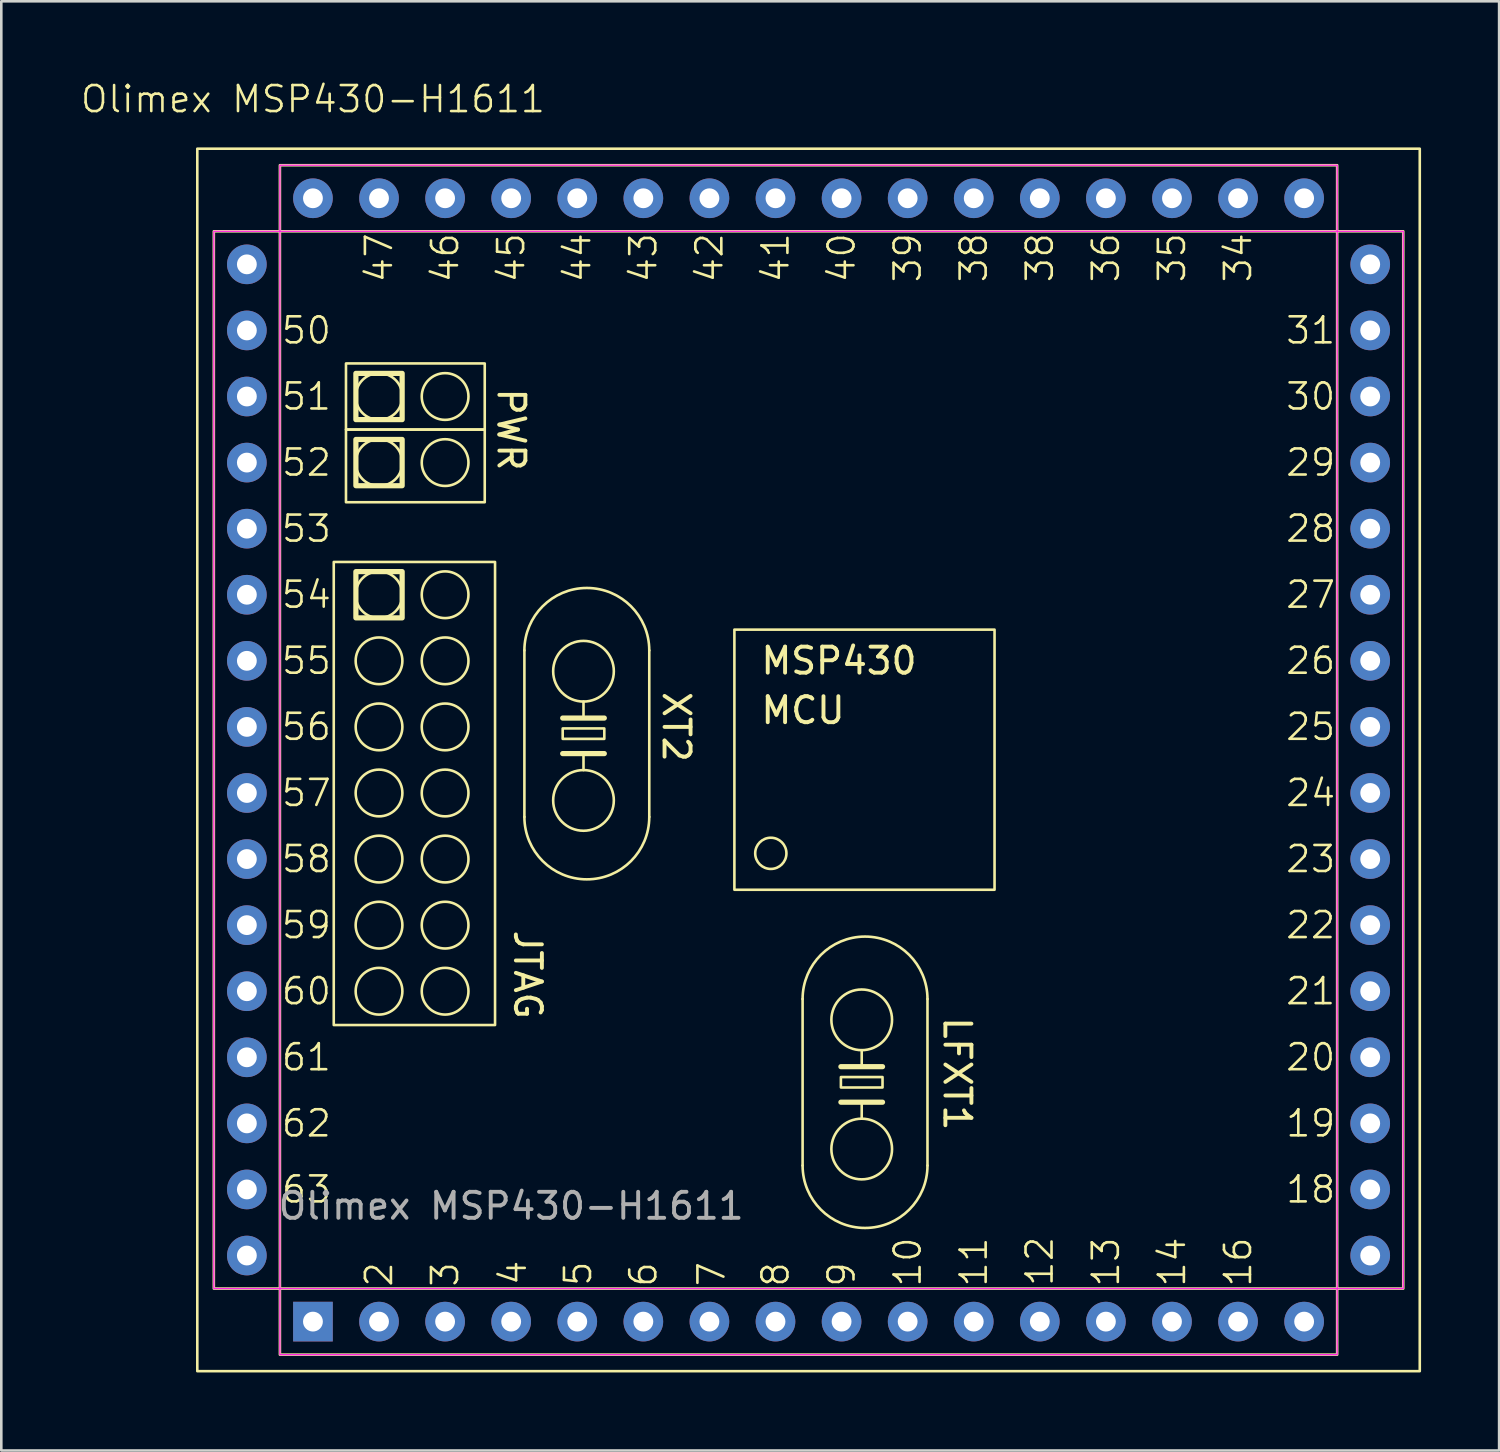
<source format=kicad_pcb>
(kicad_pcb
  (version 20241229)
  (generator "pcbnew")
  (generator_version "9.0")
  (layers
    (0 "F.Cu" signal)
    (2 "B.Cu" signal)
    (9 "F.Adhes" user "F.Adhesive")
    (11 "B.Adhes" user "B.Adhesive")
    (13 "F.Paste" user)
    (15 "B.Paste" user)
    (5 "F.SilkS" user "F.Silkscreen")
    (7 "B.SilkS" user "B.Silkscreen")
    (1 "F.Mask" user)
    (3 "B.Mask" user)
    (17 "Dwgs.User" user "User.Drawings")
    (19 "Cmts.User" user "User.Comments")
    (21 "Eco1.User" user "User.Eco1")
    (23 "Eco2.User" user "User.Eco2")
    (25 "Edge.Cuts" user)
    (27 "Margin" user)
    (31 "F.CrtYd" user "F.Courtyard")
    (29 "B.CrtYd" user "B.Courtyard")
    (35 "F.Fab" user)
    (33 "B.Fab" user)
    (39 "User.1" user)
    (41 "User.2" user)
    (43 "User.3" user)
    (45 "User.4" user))
  (footprint "Olimex MSP430-H1611"
    (layer "F.Cu")
    (at 8.979 47.751)
    (property "Reference" "Olimex MSP430-H1611" (at 0 -46.99 0) (unlocked yes) (layer "F.SilkS") (effects (font (size 1 1) (thickness 0.1))))
    (attr through_hole)
    (fp_line (start 8.128 -19.4) (end 8.128 -25.8) (stroke (width 0.1) (type default)) (layer "F.SilkS"))
    (fp_line (start 9.6 -23.2) (end 11.2 -23.2) (stroke (width 0.2) (type default)) (layer "F.SilkS"))
    (fp_line (start 10.4 -23.834) (end 10.4 -23.2) (stroke (width 0.1) (type default)) (layer "F.SilkS"))
    (fp_line (start 10.4 -21.2) (end 10.4 -21.834) (stroke (width 0.1) (type default)) (layer "F.SilkS"))
    (fp_line (start 11.2 -21.834) (end 9.6 -21.834) (stroke (width 0.2) (type default)) (layer "F.SilkS"))
    (fp_line (start 12.928 -19.4) (end 12.928 -25.8) (stroke (width 0.1) (type default)) (layer "F.SilkS"))
    (fp_line (start 18.822 -6) (end 18.822 -12.4) (stroke (width 0.1) (type default)) (layer "F.SilkS"))
    (fp_line (start 20.294 -9.8) (end 21.894 -9.8) (stroke (width 0.2) (type default)) (layer "F.SilkS"))
    (fp_line (start 21.094 -10.434) (end 21.094 -9.8) (stroke (width 0.1) (type default)) (layer "F.SilkS"))
    (fp_line (start 21.094 -7.8) (end 21.094 -8.434) (stroke (width 0.1) (type default)) (layer "F.SilkS"))
    (fp_line (start 21.894 -8.434) (end 20.294 -8.434) (stroke (width 0.2) (type default)) (layer "F.SilkS"))
    (fp_line (start 23.622 -6) (end 23.622 -12.4) (stroke (width 0.1) (type default)) (layer "F.SilkS"))
    (fp_rect (start -4.445 -45.085) (end 42.545 1.905) (stroke (width 0.1) (type default)) (fill no) (layer "F.SilkS"))
    (fp_rect (start -1.27 -44.45) (end 39.37 -41.91) (stroke (width 0.1) (type default)) (fill no) (layer "F.SilkS"))
    (fp_rect (start -1.27 -1.27) (end -3.81 -41.91) (stroke (width 0.1) (type default)) (fill no) (layer "F.SilkS"))
    (fp_rect (start 0.8 -29.2) (end 7 -11.4) (stroke (width 0.1) (type default)) (fill no) (layer "F.SilkS"))
    (fp_rect (start 1.27 -36.83) (end 6.604 -34.29) (stroke (width 0.1) (type default)) (fill no) (layer "F.SilkS"))
    (fp_rect (start 1.27 -34.29) (end 6.604 -31.496) (stroke (width 0.1) (type default)) (fill no) (layer "F.SilkS"))
    (fp_rect (start 1.651 -36.449) (end 3.429 -34.671) (stroke (width 0.2) (type default)) (fill no) (layer "F.SilkS"))
    (fp_rect (start 1.651 -33.909) (end 3.429 -32.131) (stroke (width 0.2) (type default)) (fill no) (layer "F.SilkS"))
    (fp_rect (start 1.651 -28.829) (end 3.429 -27.051) (stroke (width 0.2) (type default)) (fill no) (layer "F.SilkS"))
    (fp_rect (start 9.6 -22.8) (end 11.2 -22.4) (stroke (width 0.1) (type default)) (fill no) (layer "F.SilkS"))
    (fp_rect (start 16.2 -26.6) (end 26.2 -16.6) (stroke (width 0.1) (type default)) (fill no) (layer "F.SilkS"))
    (fp_rect (start 20.294 -9.4) (end 21.894 -9) (stroke (width 0.1) (type default)) (fill no) (layer "F.SilkS"))
    (fp_rect (start 39.37 -41.91) (end 41.91 -1.27) (stroke (width 0.1) (type default)) (fill no) (layer "F.SilkS"))
    (fp_rect (start 39.37 -1.27) (end -1.27 1.27) (stroke (width 0.1) (type default)) (fill no) (layer "F.SilkS"))
    (fp_arc (start 8.128 -25.8) (mid 10.528 -28.2) (end 12.928 -25.8) (stroke (width 0.1) (type default)) (layer "F.SilkS"))
    (fp_arc (start 12.928 -19.4) (mid 10.528 -17) (end 8.128 -19.4) (stroke (width 0.1) (type default)) (layer "F.SilkS"))
    (fp_arc (start 18.822 -12.4) (mid 21.222 -14.8) (end 23.622 -12.4) (stroke (width 0.1) (type default)) (layer "F.SilkS"))
    (fp_arc (start 23.622 -6) (mid 21.222 -3.6) (end 18.822 -6) (stroke (width 0.1) (type default)) (layer "F.SilkS"))
    (fp_circle (center 2.54 -35.56) (end 3.438 -35.56) (stroke (width 0.1) (type default)) (fill no) (layer "F.SilkS"))
    (fp_circle (center 2.54 -33.02) (end 3.438 -33.02) (stroke (width 0.1) (type default)) (fill no) (layer "F.SilkS"))
    (fp_circle (center 2.54 -27.94) (end 3.438 -27.94) (stroke (width 0.1) (type default)) (fill no) (layer "F.SilkS"))
    (fp_circle (center 2.54 -25.4) (end 3.438 -25.4) (stroke (width 0.1) (type default)) (fill no) (layer "F.SilkS"))
    (fp_circle (center 2.54 -22.86) (end 3.438 -22.86) (stroke (width 0.1) (type default)) (fill no) (layer "F.SilkS"))
    (fp_circle (center 2.54 -20.32) (end 3.438 -20.32) (stroke (width 0.1) (type default)) (fill no) (layer "F.SilkS"))
    (fp_circle (center 2.54 -17.78) (end 3.438 -17.78) (stroke (width 0.1) (type default)) (fill no) (layer "F.SilkS"))
    (fp_circle (center 2.54 -15.24) (end 3.438 -15.24) (stroke (width 0.1) (type default)) (fill no) (layer "F.SilkS"))
    (fp_circle (center 2.54 -12.7) (end 3.438 -12.7) (stroke (width 0.1) (type default)) (fill no) (layer "F.SilkS"))
    (fp_circle (center 5.08 -35.56) (end 5.978 -35.56) (stroke (width 0.1) (type default)) (fill no) (layer "F.SilkS"))
    (fp_circle (center 5.08 -33.02) (end 5.978 -33.02) (stroke (width 0.1) (type default)) (fill no) (layer "F.SilkS"))
    (fp_circle (center 5.08 -27.94) (end 5.978 -27.94) (stroke (width 0.1) (type default)) (fill no) (layer "F.SilkS"))
    (fp_circle (center 5.08 -25.4) (end 5.978 -25.4) (stroke (width 0.1) (type default)) (fill no) (layer "F.SilkS"))
    (fp_circle (center 5.08 -22.86) (end 5.978 -22.86) (stroke (width 0.1) (type default)) (fill no) (layer "F.SilkS"))
    (fp_circle (center 5.08 -20.32) (end 5.978 -20.32) (stroke (width 0.1) (type default)) (fill no) (layer "F.SilkS"))
    (fp_circle (center 5.08 -17.78) (end 5.978 -17.78) (stroke (width 0.1) (type default)) (fill no) (layer "F.SilkS"))
    (fp_circle (center 5.08 -15.24) (end 5.978 -15.24) (stroke (width 0.1) (type default)) (fill no) (layer "F.SilkS"))
    (fp_circle (center 5.08 -12.7) (end 5.978 -12.7) (stroke (width 0.1) (type default)) (fill no) (layer "F.SilkS"))
    (fp_circle (center 10.4 -25) (end 11.566 -25) (stroke (width 0.1) (type default)) (fill no) (layer "F.SilkS"))
    (fp_circle (center 10.4 -20.034) (end 11.566 -20.034) (stroke (width 0.1) (type default)) (fill no) (layer "F.SilkS"))
    (fp_circle (center 17.6 -18) (end 18.2 -18) (stroke (width 0.1) (type default)) (fill no) (layer "F.SilkS"))
    (fp_circle (center 21.094 -11.6) (end 22.26 -11.6) (stroke (width 0.1) (type default)) (fill no) (layer "F.SilkS"))
    (fp_circle (center 21.094 -6.634) (end 22.26 -6.634) (stroke (width 0.1) (type default)) (fill no) (layer "F.SilkS"))
    (fp_rect (start -1.27 -44.45) (end 39.37 -41.91) (stroke (width 0.05) (type default)) (fill no) (layer "F.CrtYd"))
    (fp_rect (start -1.27 -1.27) (end -3.81 -41.91) (stroke (width 0.05) (type default)) (fill no) (layer "F.CrtYd"))
    (fp_rect (start 39.37 -41.91) (end 41.91 -1.27) (stroke (width 0.05) (type default)) (fill no) (layer "F.CrtYd"))
    (fp_rect (start 39.37 1.27) (end -1.27 -1.27) (stroke (width 0.05) (type default)) (fill no) (layer "F.CrtYd"))
    (fp_text user "3" (at 5.08 -1.27 90) (unlocked yes) (layer "F.SilkS") (effects (font (size 1 1) (thickness 0.1)) (justify left)))
    (fp_text user "JTAG" (at 8.255 -13.335 270) (unlocked yes) (layer "F.SilkS") (effects (font (size 1 1) (thickness 0.15))))
    (fp_text user "22" (at 39.37 -15.24 0) (unlocked yes) (layer "F.SilkS") (effects (font (size 1 1) (thickness 0.1)) (justify right)))
    (fp_text user "46" (at 5.08 -41.91 90) (unlocked yes) (layer "F.SilkS") (effects (font (size 1 1) (thickness 0.1)) (justify right)))
    (fp_text user "34" (at 35.56 -41.91 90) (unlocked yes) (layer "F.SilkS") (effects (font (size 1 1) (thickness 0.1)) (justify right)))
    (fp_text user "10" (at 22.86 -1.27 90) (unlocked yes) (layer "F.SilkS") (effects (font (size 1 1) (thickness 0.1)) (justify left)))
    (fp_text user "6" (at 12.7 -1.27 90) (unlocked yes) (layer "F.SilkS") (effects (font (size 1 1) (thickness 0.1)) (justify left)))
    (fp_text user "16" (at 35.56 -1.27 90) (unlocked yes) (layer "F.SilkS") (effects (font (size 1 1) (thickness 0.1)) (justify left)))
    (fp_text user "7" (at 15.321 -1.283 90) (unlocked yes) (layer "F.SilkS") (effects (font (size 1 1) (thickness 0.1)) (justify left)))
    (fp_text user "47" (at 2.54 -41.91 90) (unlocked yes) (layer "F.SilkS") (effects (font (size 1 1) (thickness 0.1)) (justify right)))
    (fp_text user "62" (at -1.27 -7.62 0) (unlocked yes) (layer "F.SilkS") (effects (font (size 1 1) (thickness 0.1)) (justify left)))
    (fp_text user "38" (at 25.4 -41.91 90) (unlocked yes) (layer "F.SilkS") (effects (font (size 1 1) (thickness 0.1)) (justify right)))
    (fp_text user "MCU" (at 17.145 -23.495 0) (unlocked yes) (layer "F.SilkS") (effects (font (size 1 1) (thickness 0.15)) (justify left)))
    (fp_text user "57" (at -1.27 -20.32 0) (unlocked yes) (layer "F.SilkS") (effects (font (size 1 1) (thickness 0.1)) (justify left)))
    (fp_text user "12" (at 27.933 -1.298 90) (unlocked yes) (layer "F.SilkS") (effects (font (size 1 1) (thickness 0.1)) (justify left)))
    (fp_text user "23" (at 39.37 -17.78 0) (unlocked yes) (layer "F.SilkS") (effects (font (size 1 1) (thickness 0.1)) (justify right)))
    (fp_text user "59" (at -1.27 -15.24 0) (unlocked yes) (layer "F.SilkS") (effects (font (size 1 1) (thickness 0.1)) (justify left)))
    (fp_text user "MSP430" (at 17.145 -25.4 0) (unlocked yes) (layer "F.SilkS") (effects (font (size 1 1) (thickness 0.15)) (justify left)))
    (fp_text user "XT2" (at 13.97 -22.86 270) (unlocked yes) (layer "F.SilkS") (effects (font (size 1 1) (thickness 0.15))))
    (fp_text user "43" (at 12.7 -41.91 90) (unlocked yes) (layer "F.SilkS") (effects (font (size 1 1) (thickness 0.1)) (justify right)))
    (fp_text user "38" (at 27.94 -41.91 90) (unlocked yes) (layer "F.SilkS") (effects (font (size 1 1) (thickness 0.1)) (justify right)))
    (fp_text user "28" (at 39.37 -30.48 0) (unlocked yes) (layer "F.SilkS") (effects (font (size 1 1) (thickness 0.1)) (justify right)))
    (fp_text user "27" (at 39.37 -27.94 0) (unlocked yes) (layer "F.SilkS") (effects (font (size 1 1) (thickness 0.1)) (justify right)))
    (fp_text user "53" (at -1.27 -30.48 0) (unlocked yes) (layer "F.SilkS") (effects (font (size 1 1) (thickness 0.1)) (justify left)))
    (fp_text user "31" (at 39.37 -38.1 0) (unlocked yes) (layer "F.SilkS") (effects (font (size 1 1) (thickness 0.1)) (justify right)))
    (fp_text user "29" (at 39.37 -33.02 0) (unlocked yes) (layer "F.SilkS") (effects (font (size 1 1) (thickness 0.1)) (justify right)))
    (fp_text user "56" (at -1.27 -22.86 0) (unlocked yes) (layer "F.SilkS") (effects (font (size 1 1) (thickness 0.1)) (justify left)))
    (fp_text user "13" (at 30.48 -1.27 90) (unlocked yes) (layer "F.SilkS") (effects (font (size 1 1) (thickness 0.1)) (justify left)))
    (fp_text user "55" (at -1.27 -25.4 0) (unlocked yes) (layer "F.SilkS") (effects (font (size 1 1) (thickness 0.1)) (justify left)))
    (fp_text user "21" (at 39.37 -12.7 0) (unlocked yes) (layer "F.SilkS") (effects (font (size 1 1) (thickness 0.1)) (justify right)))
    (fp_text user "51" (at -1.27 -35.56 0) (unlocked yes) (layer "F.SilkS") (effects (font (size 1 1) (thickness 0.1)) (justify left)))
    (fp_text user "25" (at 39.37 -22.86 0) (unlocked yes) (layer "F.SilkS") (effects (font (size 1 1) (thickness 0.1)) (justify right)))
    (fp_text user "35" (at 33.02 -41.91 90) (unlocked yes) (layer "F.SilkS") (effects (font (size 1 1) (thickness 0.1)) (justify right)))
    (fp_text user "39" (at 22.86 -41.91 90) (unlocked yes) (layer "F.SilkS") (effects (font (size 1 1) (thickness 0.1)) (justify right)))
    (fp_text user "58" (at -1.27 -17.78 0) (unlocked yes) (layer "F.SilkS") (effects (font (size 1 1) (thickness 0.1)) (justify left)))
    (fp_text user "4" (at 7.684 -1.333 90) (unlocked yes) (layer "F.SilkS") (effects (font (size 1 1) (thickness 0.1)) (justify left)))
    (fp_text user "8" (at 17.78 -1.27 90) (unlocked yes) (layer "F.SilkS") (effects (font (size 1 1) (thickness 0.1)) (justify left)))
    (fp_text user "63" (at -1.27 -5.08 0) (unlocked yes) (layer "F.SilkS") (effects (font (size 1 1) (thickness 0.1)) (justify left)))
    (fp_text user "36" (at 30.48 -41.91 90) (unlocked yes) (layer "F.SilkS") (effects (font (size 1 1) (thickness 0.1)) (justify right)))
    (fp_text user "11" (at 25.4 -1.27 90) (unlocked yes) (layer "F.SilkS") (effects (font (size 1 1) (thickness 0.1)) (justify left)))
    (fp_text user "2" (at 2.54 -1.27 90) (unlocked yes) (layer "F.SilkS") (effects (font (size 1 1) (thickness 0.1)) (justify left)))
    (fp_text user "20" (at 39.37 -10.16 0) (unlocked yes) (layer "F.SilkS") (effects (font (size 1 1) (thickness 0.1)) (justify right)))
    (fp_text user "18" (at 39.37 -5.08 0) (unlocked yes) (layer "F.SilkS") (effects (font (size 1 1) (thickness 0.1)) (justify right)))
    (fp_text user "52" (at -1.27 -33.02 0) (unlocked yes) (layer "F.SilkS") (effects (font (size 1 1) (thickness 0.1)) (justify left)))
    (fp_text user "19" (at 39.37 -7.62 0) (unlocked yes) (layer "F.SilkS") (effects (font (size 1 1) (thickness 0.1)) (justify right)))
    (fp_text user "5" (at 10.191 -1.3 90) (unlocked yes) (layer "F.SilkS") (effects (font (size 1 1) (thickness 0.1)) (justify left)))
    (fp_text user "60" (at -1.27 -12.7 0) (unlocked yes) (layer "F.SilkS") (effects (font (size 1 1) (thickness 0.1)) (justify left)))
    (fp_text user "44" (at 10.16 -41.91 90) (unlocked yes) (layer "F.SilkS") (effects (font (size 1 1) (thickness 0.1)) (justify right)))
    (fp_text user "40" (at 20.32 -41.91 90) (unlocked yes) (layer "F.SilkS") (effects (font (size 1 1) (thickness 0.1)) (justify right)))
    (fp_text user "42" (at 15.24 -41.91 90) (unlocked yes) (layer "F.SilkS") (effects (font (size 1 1) (thickness 0.1)) (justify right)))
    (fp_text user "45" (at 7.62 -41.91 90) (unlocked yes) (layer "F.SilkS") (effects (font (size 1 1) (thickness 0.1)) (justify right)))
    (fp_text user "14" (at 33.02 -1.27 90) (unlocked yes) (layer "F.SilkS") (effects (font (size 1 1) (thickness 0.1)) (justify left)))
    (fp_text user "30" (at 39.37 -35.56 0) (unlocked yes) (layer "F.SilkS") (effects (font (size 1 1) (thickness 0.1)) (justify right)))
    (fp_text user "50" (at -1.27 -38.1 0) (unlocked yes) (layer "F.SilkS") (effects (font (size 1 1) (thickness 0.1)) (justify left)))
    (fp_text user "PWR" (at 7.62 -34.29 270) (unlocked yes) (layer "F.SilkS") (effects (font (size 1 1) (thickness 0.15))))
    (fp_text user "61" (at -1.27 -10.16 0) (unlocked yes) (layer "F.SilkS") (effects (font (size 1 1) (thickness 0.1)) (justify left)))
    (fp_text user "26" (at 39.37 -25.4 0) (unlocked yes) (layer "F.SilkS") (effects (font (size 1 1) (thickness 0.1)) (justify right)))
    (fp_text user "24" (at 39.37 -20.32 0) (unlocked yes) (layer "F.SilkS") (effects (font (size 1 1) (thickness 0.1)) (justify right)))
    (fp_text user "54" (at -1.27 -27.94 0) (unlocked yes) (layer "F.SilkS") (effects (font (size 1 1) (thickness 0.1)) (justify left)))
    (fp_text user "LFXT1" (at 24.765 -9.525 270) (unlocked yes) (layer "F.SilkS") (effects (font (size 1 1) (thickness 0.15))))
    (fp_text user "41" (at 17.78 -41.91 90) (unlocked yes) (layer "F.SilkS") (effects (font (size 1 1) (thickness 0.1)) (justify right)))
    (fp_text user "9" (at 20.32 -1.27 90) (unlocked yes) (layer "F.SilkS") (effects (font (size 1 1) (thickness 0.1)) (justify left)))
    (fp_text user "${REFERENCE}" (at 7.62 -4.445 0) (unlocked yes) (layer "F.Fab") (effects (font (size 1 1) (thickness 0.15))))
    (pad "1" thru_hole rect (at 0 0) (size 1.524 1.524) (drill 0.762) (layers "*.Cu" "*.Mask"))
    (pad "2" thru_hole circle (at 2.54 0) (size 1.524 1.524) (drill 0.762) (layers "*.Cu" "*.Mask"))
    (pad "3" thru_hole circle (at 5.08 0) (size 1.524 1.524) (drill 0.762) (layers "*.Cu" "*.Mask"))
    (pad "4" thru_hole circle (at 7.62 0) (size 1.524 1.524) (drill 0.762) (layers "*.Cu" "*.Mask"))
    (pad "5" thru_hole circle (at 10.16 0) (size 1.524 1.524) (drill 0.762) (layers "*.Cu" "*.Mask"))
    (pad "6" thru_hole circle (at 12.7 0) (size 1.524 1.524) (drill 0.762) (layers "*.Cu" "*.Mask"))
    (pad "7" thru_hole circle (at 15.24 0) (size 1.524 1.524) (drill 0.762) (layers "*.Cu" "*.Mask"))
    (pad "8" thru_hole circle (at 17.78 0) (size 1.524 1.524) (drill 0.762) (layers "*.Cu" "*.Mask"))
    (pad "9" thru_hole circle (at 20.32 0) (size 1.524 1.524) (drill 0.762) (layers "*.Cu" "*.Mask"))
    (pad "10" thru_hole circle (at 22.86 0) (size 1.524 1.524) (drill 0.762) (layers "*.Cu" "*.Mask"))
    (pad "11" thru_hole circle (at 25.4 0) (size 1.524 1.524) (drill 0.762) (layers "*.Cu" "*.Mask"))
    (pad "12" thru_hole circle (at 27.94 0) (size 1.524 1.524) (drill 0.762) (layers "*.Cu" "*.Mask"))
    (pad "13" thru_hole circle (at 30.48 0) (size 1.524 1.524) (drill 0.762) (layers "*.Cu" "*.Mask"))
    (pad "14" thru_hole circle (at 33.02 0) (size 1.524 1.524) (drill 0.762) (layers "*.Cu" "*.Mask"))
    (pad "15" thru_hole circle (at 35.56 0) (size 1.524 1.524) (drill 0.762) (layers "*.Cu" "*.Mask"))
    (pad "16" thru_hole circle (at 38.1 0) (size 1.524 1.524) (drill 0.762) (layers "*.Cu" "*.Mask"))
    (pad "17" thru_hole circle (at 40.64 -2.54) (size 1.524 1.524) (drill 0.762) (layers "*.Cu" "*.Mask"))
    (pad "18" thru_hole circle (at 40.64 -5.08) (size 1.524 1.524) (drill 0.762) (layers "*.Cu" "*.Mask"))
    (pad "19" thru_hole circle (at 40.64 -7.62) (size 1.524 1.524) (drill 0.762) (layers "*.Cu" "*.Mask"))
    (pad "20" thru_hole circle (at 40.64 -10.16) (size 1.524 1.524) (drill 0.762) (layers "*.Cu" "*.Mask"))
    (pad "21" thru_hole circle (at 40.64 -12.7) (size 1.524 1.524) (drill 0.762) (layers "*.Cu" "*.Mask"))
    (pad "22" thru_hole circle (at 40.64 -15.24) (size 1.524 1.524) (drill 0.762) (layers "*.Cu" "*.Mask"))
    (pad "23" thru_hole circle (at 40.64 -17.78) (size 1.524 1.524) (drill 0.762) (layers "*.Cu" "*.Mask"))
    (pad "24" thru_hole circle (at 40.64 -20.32) (size 1.524 1.524) (drill 0.762) (layers "*.Cu" "*.Mask"))
    (pad "25" thru_hole circle (at 40.64 -22.86) (size 1.524 1.524) (drill 0.762) (layers "*.Cu" "*.Mask"))
    (pad "26" thru_hole circle (at 40.64 -25.4) (size 1.524 1.524) (drill 0.762) (layers "*.Cu" "*.Mask"))
    (pad "27" thru_hole circle (at 40.64 -27.94) (size 1.524 1.524) (drill 0.762) (layers "*.Cu" "*.Mask"))
    (pad "28" thru_hole circle (at 40.64 -30.48) (size 1.524 1.524) (drill 0.762) (layers "*.Cu" "*.Mask"))
    (pad "29" thru_hole circle (at 40.64 -33.02) (size 1.524 1.524) (drill 0.762) (layers "*.Cu" "*.Mask"))
    (pad "30" thru_hole circle (at 40.64 -35.56) (size 1.524 1.524) (drill 0.762) (layers "*.Cu" "*.Mask"))
    (pad "31" thru_hole circle (at 40.64 -38.1) (size 1.524 1.524) (drill 0.762) (layers "*.Cu" "*.Mask"))
    (pad "32" thru_hole circle (at 40.64 -40.64) (size 1.524 1.524) (drill 0.762) (layers "*.Cu" "*.Mask"))
    (pad "33" thru_hole circle (at 38.1 -43.18) (size 1.524 1.524) (drill 0.762) (layers "*.Cu" "*.Mask"))
    (pad "34" thru_hole circle (at 35.56 -43.18) (size 1.524 1.524) (drill 0.762) (layers "*.Cu" "*.Mask"))
    (pad "35" thru_hole circle (at 33.02 -43.18) (size 1.524 1.524) (drill 0.762) (layers "*.Cu" "*.Mask"))
    (pad "36" thru_hole circle (at 30.48 -43.18) (size 1.524 1.524) (drill 0.762) (layers "*.Cu" "*.Mask"))
    (pad "37" thru_hole circle (at 27.94 -43.18) (size 1.524 1.524) (drill 0.762) (layers "*.Cu" "*.Mask"))
    (pad "38" thru_hole circle (at 25.4 -43.18) (size 1.524 1.524) (drill 0.762) (layers "*.Cu" "*.Mask"))
    (pad "39" thru_hole circle (at 22.86 -43.18) (size 1.524 1.524) (drill 0.762) (layers "*.Cu" "*.Mask"))
    (pad "40" thru_hole circle (at 20.32 -43.18) (size 1.524 1.524) (drill 0.762) (layers "*.Cu" "*.Mask"))
    (pad "41" thru_hole circle (at 17.78 -43.18) (size 1.524 1.524) (drill 0.762) (layers "*.Cu" "*.Mask"))
    (pad "42" thru_hole circle (at 15.24 -43.18) (size 1.524 1.524) (drill 0.762) (layers "*.Cu" "*.Mask"))
    (pad "43" thru_hole circle (at 12.7 -43.18) (size 1.524 1.524) (drill 0.762) (layers "*.Cu" "*.Mask"))
    (pad "44" thru_hole circle (at 10.16 -43.18) (size 1.524 1.524) (drill 0.762) (layers "*.Cu" "*.Mask"))
    (pad "45" thru_hole circle (at 7.62 -43.18) (size 1.524 1.524) (drill 0.762) (layers "*.Cu" "*.Mask"))
    (pad "46" thru_hole circle (at 5.08 -43.18) (size 1.524 1.524) (drill 0.762) (layers "*.Cu" "*.Mask"))
    (pad "47" thru_hole circle (at 2.54 -43.18) (size 1.524 1.524) (drill 0.762) (layers "*.Cu" "*.Mask"))
    (pad "48" thru_hole circle (at 0 -43.18) (size 1.524 1.524) (drill 0.762) (layers "*.Cu" "*.Mask"))
    (pad "49" thru_hole circle (at -2.54 -40.64) (size 1.524 1.524) (drill 0.762) (layers "*.Cu" "*.Mask"))
    (pad "50" thru_hole circle (at -2.54 -38.1) (size 1.524 1.524) (drill 0.762) (layers "*.Cu" "*.Mask"))
    (pad "51" thru_hole circle (at -2.54 -35.56) (size 1.524 1.524) (drill 0.762) (layers "*.Cu" "*.Mask"))
    (pad "52" thru_hole circle (at -2.54 -33.02) (size 1.524 1.524) (drill 0.762) (layers "*.Cu" "*.Mask"))
    (pad "53" thru_hole circle (at -2.54 -30.48) (size 1.524 1.524) (drill 0.762) (layers "*.Cu" "*.Mask"))
    (pad "54" thru_hole circle (at -2.54 -27.94) (size 1.524 1.524) (drill 0.762) (layers "*.Cu" "*.Mask"))
    (pad "55" thru_hole circle (at -2.54 -25.4) (size 1.524 1.524) (drill 0.762) (layers "*.Cu" "*.Mask"))
    (pad "56" thru_hole circle (at -2.54 -22.86) (size 1.524 1.524) (drill 0.762) (layers "*.Cu" "*.Mask"))
    (pad "57" thru_hole circle (at -2.54 -20.32) (size 1.524 1.524) (drill 0.762) (layers "*.Cu" "*.Mask"))
    (pad "58" thru_hole circle (at -2.54 -17.78) (size 1.524 1.524) (drill 0.762) (layers "*.Cu" "*.Mask"))
    (pad "59" thru_hole circle (at -2.54 -15.24) (size 1.524 1.524) (drill 0.762) (layers "*.Cu" "*.Mask"))
    (pad "60" thru_hole circle (at -2.54 -12.7) (size 1.524 1.524) (drill 0.762) (layers "*.Cu" "*.Mask"))
    (pad "61" thru_hole circle (at -2.54 -10.16) (size 1.524 1.524) (drill 0.762) (layers "*.Cu" "*.Mask"))
    (pad "62" thru_hole circle (at -2.54 -7.62) (size 1.524 1.524) (drill 0.762) (layers "*.Cu" "*.Mask"))
    (pad "63" thru_hole circle (at -2.54 -5.08) (size 1.524 1.524) (drill 0.762) (layers "*.Cu" "*.Mask"))
    (pad "64" thru_hole circle (at -2.54 -2.54) (size 1.524 1.524) (drill 0.762) (layers "*.Cu" "*.Mask")))
  (gr_rect
    (start -3 -3)
    (end 54.574 52.706)
    (stroke (width 0.1) (type default))
    (fill no)
    (layer "Edge.Cuts")))
</source>
